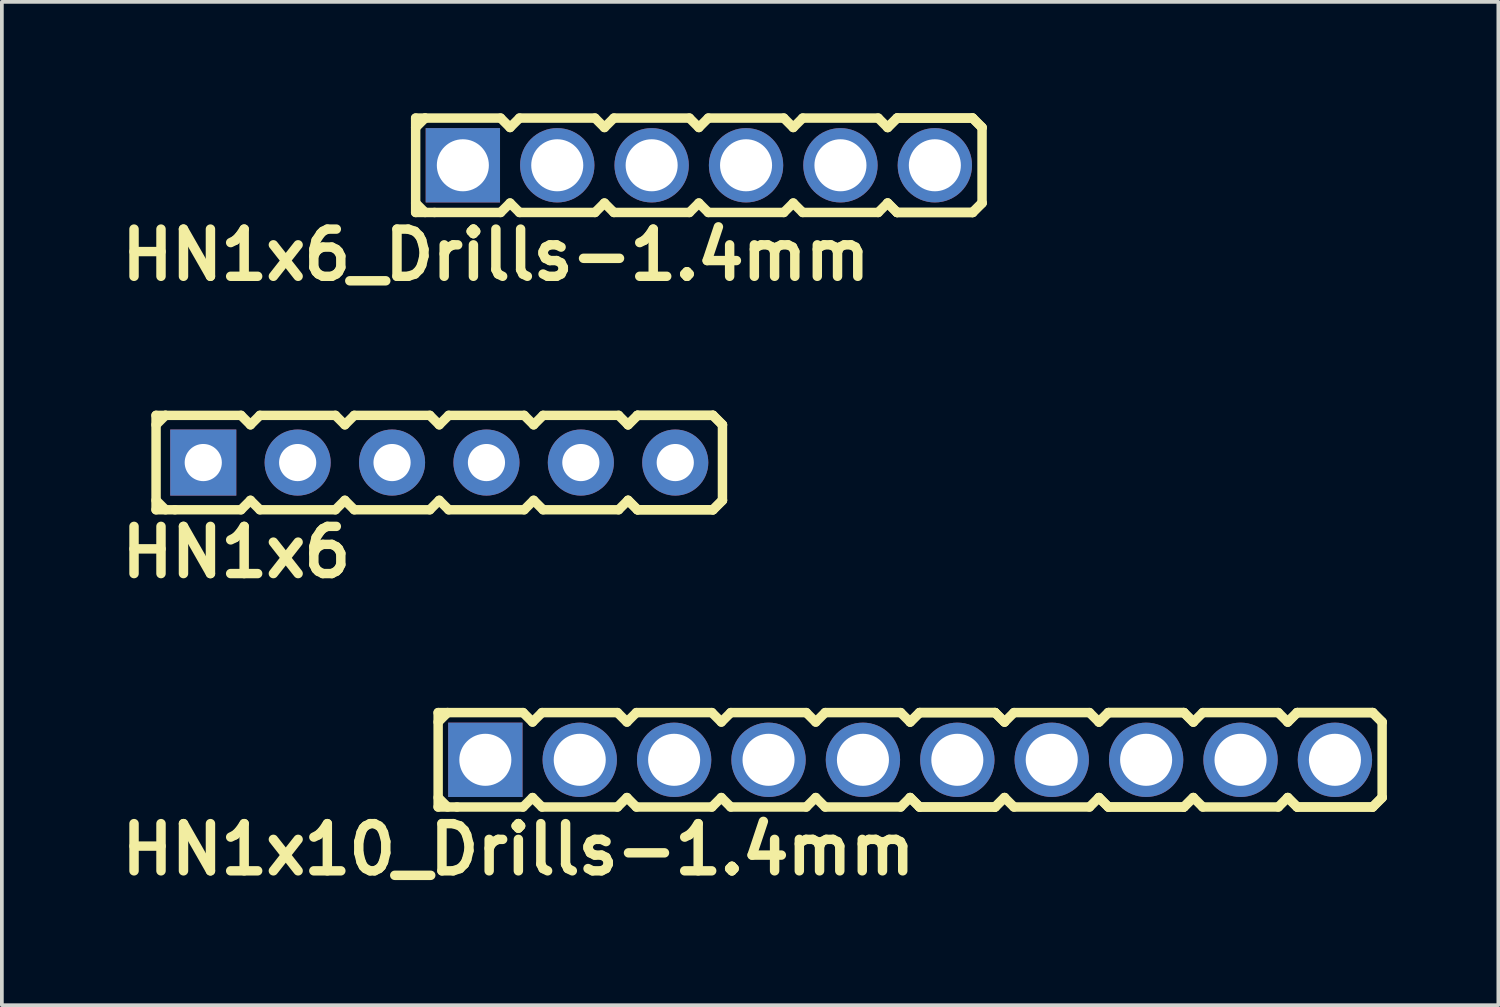
<source format=kicad_pcb>
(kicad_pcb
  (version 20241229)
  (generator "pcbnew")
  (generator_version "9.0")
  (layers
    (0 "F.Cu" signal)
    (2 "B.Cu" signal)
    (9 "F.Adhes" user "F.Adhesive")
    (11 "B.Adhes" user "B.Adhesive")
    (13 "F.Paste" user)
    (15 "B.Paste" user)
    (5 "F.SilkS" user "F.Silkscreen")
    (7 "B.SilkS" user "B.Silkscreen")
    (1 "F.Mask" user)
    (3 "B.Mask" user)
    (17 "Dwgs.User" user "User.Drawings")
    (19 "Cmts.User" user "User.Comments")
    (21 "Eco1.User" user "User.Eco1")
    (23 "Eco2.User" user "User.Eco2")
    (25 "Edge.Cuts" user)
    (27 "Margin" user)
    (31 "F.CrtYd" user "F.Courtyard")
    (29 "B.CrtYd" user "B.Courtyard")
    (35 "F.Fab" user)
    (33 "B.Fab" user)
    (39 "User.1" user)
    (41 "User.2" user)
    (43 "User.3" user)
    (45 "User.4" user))
  (footprint "HN1x6"
    (layer "F.Cu")
    (at 8.769 9.396)
    (property "Reference" "HN1x6" (at -5.461 2.413 0) (layer "F.SilkS") (effects (font (size 1.27 1.27) (thickness 0.254))))
    (attr smd)
    (fp_line (start -7.62 -1.27) (end -7.62 1.27) (stroke (width 0.254) (type solid)) (layer "F.SilkS"))
    (fp_line (start -7.62 -1.27) (end -7.366 -1.27) (stroke (width 0.254) (type solid)) (layer "F.SilkS"))
    (fp_line (start -7.62 -1.016) (end -7.366 -1.27) (stroke (width 0.254) (type solid)) (layer "F.SilkS"))
    (fp_line (start -7.366 -1.27) (end -5.334 -1.27) (stroke (width 0.254) (type solid)) (layer "F.SilkS"))
    (fp_line (start -7.366 1.27) (end -7.62 1.016) (stroke (width 0.254) (type solid)) (layer "F.SilkS"))
    (fp_line (start -7.112 1.27) (end -7.62 1.27) (stroke (width 0.254) (type solid)) (layer "F.SilkS"))
    (fp_line (start -5.334 -1.27) (end -5.08 -1.016) (stroke (width 0.254) (type solid)) (layer "F.SilkS"))
    (fp_line (start -5.334 1.27) (end -7.112 1.27) (stroke (width 0.254) (type solid)) (layer "F.SilkS"))
    (fp_line (start -5.08 -1.016) (end -4.826 -1.27) (stroke (width 0.254) (type solid)) (layer "F.SilkS"))
    (fp_line (start -5.08 1.016) (end -5.334 1.27) (stroke (width 0.254) (type solid)) (layer "F.SilkS"))
    (fp_line (start -4.826 -1.27) (end -2.794 -1.27) (stroke (width 0.254) (type solid)) (layer "F.SilkS"))
    (fp_line (start -4.826 1.27) (end -5.08 1.016) (stroke (width 0.254) (type solid)) (layer "F.SilkS"))
    (fp_line (start -2.794 -1.27) (end -2.54 -1.016) (stroke (width 0.254) (type solid)) (layer "F.SilkS"))
    (fp_line (start -2.794 1.27) (end -4.826 1.27) (stroke (width 0.254) (type solid)) (layer "F.SilkS"))
    (fp_line (start -2.794 1.27) (end -2.54 1.016) (stroke (width 0.254) (type solid)) (layer "F.SilkS"))
    (fp_line (start -2.54 -1.016) (end -2.286 -1.27) (stroke (width 0.254) (type solid)) (layer "F.SilkS"))
    (fp_line (start -2.54 1.016) (end -2.286 1.27) (stroke (width 0.254) (type solid)) (layer "F.SilkS"))
    (fp_line (start -2.286 -1.27) (end -0.254 -1.27) (stroke (width 0.254) (type solid)) (layer "F.SilkS"))
    (fp_line (start -0.254 -1.27) (end 0 -1.016) (stroke (width 0.254) (type solid)) (layer "F.SilkS"))
    (fp_line (start -0.254 1.27) (end -2.286 1.27) (stroke (width 0.254) (type solid)) (layer "F.SilkS"))
    (fp_line (start 0 -1.016) (end 0.254 -1.27) (stroke (width 0.254) (type solid)) (layer "F.SilkS"))
    (fp_line (start 0 1.016) (end -0.254 1.27) (stroke (width 0.254) (type solid)) (layer "F.SilkS"))
    (fp_line (start 0.254 -1.27) (end 2.286 -1.27) (stroke (width 0.254) (type solid)) (layer "F.SilkS"))
    (fp_line (start 0.254 1.27) (end 0 1.016) (stroke (width 0.254) (type solid)) (layer "F.SilkS"))
    (fp_line (start 2.286 -1.27) (end 2.54 -1.016) (stroke (width 0.254) (type solid)) (layer "F.SilkS"))
    (fp_line (start 2.286 1.27) (end 0.254 1.27) (stroke (width 0.254) (type solid)) (layer "F.SilkS"))
    (fp_line (start 2.54 -1.016) (end 2.794 -1.27) (stroke (width 0.254) (type solid)) (layer "F.SilkS"))
    (fp_line (start 2.54 1.016) (end 2.286 1.27) (stroke (width 0.254) (type solid)) (layer "F.SilkS"))
    (fp_line (start 2.794 -1.27) (end 4.826 -1.27) (stroke (width 0.254) (type solid)) (layer "F.SilkS"))
    (fp_line (start 2.794 1.27) (end 2.54 1.016) (stroke (width 0.254) (type solid)) (layer "F.SilkS"))
    (fp_line (start 4.826 -1.27) (end 5.08 -1.016) (stroke (width 0.254) (type solid)) (layer "F.SilkS"))
    (fp_line (start 4.826 1.27) (end 2.794 1.27) (stroke (width 0.254) (type solid)) (layer "F.SilkS"))
    (fp_line (start 5.08 -1.016) (end 5.334 -1.27) (stroke (width 0.254) (type solid)) (layer "F.SilkS"))
    (fp_line (start 5.08 -1.016) (end 5.334 -1.27) (stroke (width 0.254) (type solid)) (layer "F.SilkS"))
    (fp_line (start 5.08 1.016) (end 4.826 1.27) (stroke (width 0.254) (type solid)) (layer "F.SilkS"))
    (fp_line (start 5.334 -1.27) (end 7.366 -1.27) (stroke (width 0.254) (type solid)) (layer "F.SilkS"))
    (fp_line (start 5.334 -1.27) (end 7.366 -1.27) (stroke (width 0.254) (type solid)) (layer "F.SilkS"))
    (fp_line (start 5.334 1.27) (end 5.08 1.016) (stroke (width 0.254) (type solid)) (layer "F.SilkS"))
    (fp_line (start 5.334 1.27) (end 5.08 1.016) (stroke (width 0.254) (type solid)) (layer "F.SilkS"))
    (fp_line (start 7.366 -1.27) (end 7.62 -1.016) (stroke (width 0.254) (type solid)) (layer "F.SilkS"))
    (fp_line (start 7.366 -1.27) (end 7.62 -1.016) (stroke (width 0.254) (type solid)) (layer "F.SilkS"))
    (fp_line (start 7.366 1.27) (end 5.334 1.27) (stroke (width 0.254) (type solid)) (layer "F.SilkS"))
    (fp_line (start 7.366 1.27) (end 5.334 1.27) (stroke (width 0.254) (type solid)) (layer "F.SilkS"))
    (fp_line (start 7.62 -1.016) (end 7.62 1.016) (stroke (width 0.254) (type solid)) (layer "F.SilkS"))
    (fp_line (start 7.62 1.016) (end 7.366 1.27) (stroke (width 0.254) (type solid)) (layer "F.SilkS"))
    (fp_line (start 7.62 1.016) (end 7.366 1.27) (stroke (width 0.254) (type solid)) (layer "F.SilkS"))
    (pad "1" thru_hole rect (at -6.35 0) (size 1.778 1.778) (drill 1) (layers "*.Cu" "*.Mask"))
    (pad "2" thru_hole circle (at -3.81 0) (size 1.778 1.778) (drill 1) (layers "*.Cu" "*.Mask"))
    (pad "3" thru_hole circle (at -1.27 0) (size 1.778 1.778) (drill 1) (layers "*.Cu" "*.Mask"))
    (pad "4" thru_hole circle (at 1.27 0) (size 1.778 1.778) (drill 1) (layers "*.Cu" "*.Mask"))
    (pad "5" thru_hole circle (at 3.81 0) (size 1.778 1.778) (drill 1) (layers "*.Cu" "*.Mask"))
    (pad "6" thru_hole circle (at 6.35 0) (size 1.778 1.778) (drill 1) (layers "*.Cu" "*.Mask")))
  (footprint "HN1x6_Drills-1.4mm"
    (layer "F.Cu")
    (at 15.754 1.397)
    (property "Reference" "HN1x6_Drills-1.4mm" (at -5.461 2.413 0) (layer "F.SilkS") (effects (font (size 1.27 1.27) (thickness 0.254))))
    (attr smd)
    (fp_line (start -7.62 -1.27) (end -7.62 1.27) (stroke (width 0.254) (type solid)) (layer "F.SilkS"))
    (fp_line (start -7.62 -1.27) (end -7.366 -1.27) (stroke (width 0.254) (type solid)) (layer "F.SilkS"))
    (fp_line (start -7.62 -1.016) (end -7.366 -1.27) (stroke (width 0.254) (type solid)) (layer "F.SilkS"))
    (fp_line (start -7.366 -1.27) (end -5.334 -1.27) (stroke (width 0.254) (type solid)) (layer "F.SilkS"))
    (fp_line (start -7.366 1.27) (end -7.62 1.016) (stroke (width 0.254) (type solid)) (layer "F.SilkS"))
    (fp_line (start -7.112 1.27) (end -7.62 1.27) (stroke (width 0.254) (type solid)) (layer "F.SilkS"))
    (fp_line (start -5.334 -1.27) (end -5.08 -1.016) (stroke (width 0.254) (type solid)) (layer "F.SilkS"))
    (fp_line (start -5.334 1.27) (end -7.112 1.27) (stroke (width 0.254) (type solid)) (layer "F.SilkS"))
    (fp_line (start -5.08 -1.016) (end -4.826 -1.27) (stroke (width 0.254) (type solid)) (layer "F.SilkS"))
    (fp_line (start -5.08 1.016) (end -5.334 1.27) (stroke (width 0.254) (type solid)) (layer "F.SilkS"))
    (fp_line (start -4.826 -1.27) (end -2.794 -1.27) (stroke (width 0.254) (type solid)) (layer "F.SilkS"))
    (fp_line (start -4.826 1.27) (end -5.08 1.016) (stroke (width 0.254) (type solid)) (layer "F.SilkS"))
    (fp_line (start -2.794 -1.27) (end -2.54 -1.016) (stroke (width 0.254) (type solid)) (layer "F.SilkS"))
    (fp_line (start -2.794 1.27) (end -4.826 1.27) (stroke (width 0.254) (type solid)) (layer "F.SilkS"))
    (fp_line (start -2.794 1.27) (end -2.54 1.016) (stroke (width 0.254) (type solid)) (layer "F.SilkS"))
    (fp_line (start -2.54 -1.016) (end -2.286 -1.27) (stroke (width 0.254) (type solid)) (layer "F.SilkS"))
    (fp_line (start -2.54 1.016) (end -2.286 1.27) (stroke (width 0.254) (type solid)) (layer "F.SilkS"))
    (fp_line (start -2.286 -1.27) (end -0.254 -1.27) (stroke (width 0.254) (type solid)) (layer "F.SilkS"))
    (fp_line (start -0.254 -1.27) (end 0 -1.016) (stroke (width 0.254) (type solid)) (layer "F.SilkS"))
    (fp_line (start -0.254 1.27) (end -2.286 1.27) (stroke (width 0.254) (type solid)) (layer "F.SilkS"))
    (fp_line (start 0 -1.016) (end 0.254 -1.27) (stroke (width 0.254) (type solid)) (layer "F.SilkS"))
    (fp_line (start 0 1.016) (end -0.254 1.27) (stroke (width 0.254) (type solid)) (layer "F.SilkS"))
    (fp_line (start 0.254 -1.27) (end 2.286 -1.27) (stroke (width 0.254) (type solid)) (layer "F.SilkS"))
    (fp_line (start 0.254 1.27) (end 0 1.016) (stroke (width 0.254) (type solid)) (layer "F.SilkS"))
    (fp_line (start 2.286 -1.27) (end 2.54 -1.016) (stroke (width 0.254) (type solid)) (layer "F.SilkS"))
    (fp_line (start 2.286 1.27) (end 0.254 1.27) (stroke (width 0.254) (type solid)) (layer "F.SilkS"))
    (fp_line (start 2.54 -1.016) (end 2.794 -1.27) (stroke (width 0.254) (type solid)) (layer "F.SilkS"))
    (fp_line (start 2.54 1.016) (end 2.286 1.27) (stroke (width 0.254) (type solid)) (layer "F.SilkS"))
    (fp_line (start 2.794 -1.27) (end 4.826 -1.27) (stroke (width 0.254) (type solid)) (layer "F.SilkS"))
    (fp_line (start 2.794 1.27) (end 2.54 1.016) (stroke (width 0.254) (type solid)) (layer "F.SilkS"))
    (fp_line (start 4.826 -1.27) (end 5.08 -1.016) (stroke (width 0.254) (type solid)) (layer "F.SilkS"))
    (fp_line (start 4.826 1.27) (end 2.794 1.27) (stroke (width 0.254) (type solid)) (layer "F.SilkS"))
    (fp_line (start 5.08 -1.016) (end 5.334 -1.27) (stroke (width 0.254) (type solid)) (layer "F.SilkS"))
    (fp_line (start 5.08 -1.016) (end 5.334 -1.27) (stroke (width 0.254) (type solid)) (layer "F.SilkS"))
    (fp_line (start 5.08 1.016) (end 4.826 1.27) (stroke (width 0.254) (type solid)) (layer "F.SilkS"))
    (fp_line (start 5.334 -1.27) (end 7.366 -1.27) (stroke (width 0.254) (type solid)) (layer "F.SilkS"))
    (fp_line (start 5.334 -1.27) (end 7.366 -1.27) (stroke (width 0.254) (type solid)) (layer "F.SilkS"))
    (fp_line (start 5.334 1.27) (end 5.08 1.016) (stroke (width 0.254) (type solid)) (layer "F.SilkS"))
    (fp_line (start 5.334 1.27) (end 5.08 1.016) (stroke (width 0.254) (type solid)) (layer "F.SilkS"))
    (fp_line (start 7.366 -1.27) (end 7.62 -1.016) (stroke (width 0.254) (type solid)) (layer "F.SilkS"))
    (fp_line (start 7.366 -1.27) (end 7.62 -1.016) (stroke (width 0.254) (type solid)) (layer "F.SilkS"))
    (fp_line (start 7.366 1.27) (end 5.334 1.27) (stroke (width 0.254) (type solid)) (layer "F.SilkS"))
    (fp_line (start 7.366 1.27) (end 5.334 1.27) (stroke (width 0.254) (type solid)) (layer "F.SilkS"))
    (fp_line (start 7.62 -1.016) (end 7.62 1.016) (stroke (width 0.254) (type solid)) (layer "F.SilkS"))
    (fp_line (start 7.62 1.016) (end 7.366 1.27) (stroke (width 0.254) (type solid)) (layer "F.SilkS"))
    (fp_line (start 7.62 1.016) (end 7.366 1.27) (stroke (width 0.254) (type solid)) (layer "F.SilkS"))
    (pad "1" thru_hole rect (at -6.35 0) (size 2 2) (drill 1.4) (layers "*.Cu" "*.Mask"))
    (pad "2" thru_hole circle (at -3.81 0) (size 2 2) (drill 1.4) (layers "*.Cu" "*.Mask"))
    (pad "3" thru_hole circle (at -1.27 0) (size 2 2) (drill 1.4) (layers "*.Cu" "*.Mask"))
    (pad "4" thru_hole circle (at 1.27 0) (size 2 2) (drill 1.4) (layers "*.Cu" "*.Mask"))
    (pad "5" thru_hole circle (at 3.81 0) (size 2 2) (drill 1.4) (layers "*.Cu" "*.Mask"))
    (pad "6" thru_hole circle (at 6.35 0) (size 2 2) (drill 1.4) (layers "*.Cu" "*.Mask")))
  (footprint "HN1x10_Drills-1.4mm"
    (layer "F.Cu")
    (at 21.439 17.394)
    (property "Reference" "HN1x10_Drills-1.4mm" (at -10.541 2.413 0) (layer "F.SilkS") (effects (font (size 1.27 1.27) (thickness 0.254))))
    (attr smd)
    (fp_line (start -12.7 -1.27) (end -12.7 1.27) (stroke (width 0.254) (type solid)) (layer "F.SilkS"))
    (fp_line (start -12.7 -1.27) (end -12.446 -1.27) (stroke (width 0.254) (type solid)) (layer "F.SilkS"))
    (fp_line (start -12.7 -1.016) (end -12.446 -1.27) (stroke (width 0.254) (type solid)) (layer "F.SilkS"))
    (fp_line (start -12.446 -1.27) (end -10.414 -1.27) (stroke (width 0.254) (type solid)) (layer "F.SilkS"))
    (fp_line (start -12.446 1.27) (end -12.7 1.016) (stroke (width 0.254) (type solid)) (layer "F.SilkS"))
    (fp_line (start -12.192 1.27) (end -12.7 1.27) (stroke (width 0.254) (type solid)) (layer "F.SilkS"))
    (fp_line (start -10.414 -1.27) (end -10.16 -1.016) (stroke (width 0.254) (type solid)) (layer "F.SilkS"))
    (fp_line (start -10.414 1.27) (end -12.192 1.27) (stroke (width 0.254) (type solid)) (layer "F.SilkS"))
    (fp_line (start -10.16 -1.016) (end -9.906 -1.27) (stroke (width 0.254) (type solid)) (layer "F.SilkS"))
    (fp_line (start -10.16 1.016) (end -10.414 1.27) (stroke (width 0.254) (type solid)) (layer "F.SilkS"))
    (fp_line (start -9.906 -1.27) (end -7.874 -1.27) (stroke (width 0.254) (type solid)) (layer "F.SilkS"))
    (fp_line (start -9.906 1.27) (end -10.16 1.016) (stroke (width 0.254) (type solid)) (layer "F.SilkS"))
    (fp_line (start -7.874 -1.27) (end -7.62 -1.016) (stroke (width 0.254) (type solid)) (layer "F.SilkS"))
    (fp_line (start -7.874 1.27) (end -9.906 1.27) (stroke (width 0.254) (type solid)) (layer "F.SilkS"))
    (fp_line (start -7.874 1.27) (end -7.62 1.016) (stroke (width 0.254) (type solid)) (layer "F.SilkS"))
    (fp_line (start -7.62 -1.016) (end -7.366 -1.27) (stroke (width 0.254) (type solid)) (layer "F.SilkS"))
    (fp_line (start -7.62 1.016) (end -7.366 1.27) (stroke (width 0.254) (type solid)) (layer "F.SilkS"))
    (fp_line (start -7.366 -1.27) (end -5.334 -1.27) (stroke (width 0.254) (type solid)) (layer "F.SilkS"))
    (fp_line (start -5.334 -1.27) (end -5.08 -1.016) (stroke (width 0.254) (type solid)) (layer "F.SilkS"))
    (fp_line (start -5.334 1.27) (end -7.366 1.27) (stroke (width 0.254) (type solid)) (layer "F.SilkS"))
    (fp_line (start -5.08 -1.016) (end -4.826 -1.27) (stroke (width 0.254) (type solid)) (layer "F.SilkS"))
    (fp_line (start -5.08 1.016) (end -5.334 1.27) (stroke (width 0.254) (type solid)) (layer "F.SilkS"))
    (fp_line (start -4.826 -1.27) (end -2.794 -1.27) (stroke (width 0.254) (type solid)) (layer "F.SilkS"))
    (fp_line (start -4.826 1.27) (end -5.08 1.016) (stroke (width 0.254) (type solid)) (layer "F.SilkS"))
    (fp_line (start -2.794 -1.27) (end -2.54 -1.016) (stroke (width 0.254) (type solid)) (layer "F.SilkS"))
    (fp_line (start -2.794 1.27) (end -4.826 1.27) (stroke (width 0.254) (type solid)) (layer "F.SilkS"))
    (fp_line (start -2.54 -1.016) (end -2.286 -1.27) (stroke (width 0.254) (type solid)) (layer "F.SilkS"))
    (fp_line (start -2.54 1.016) (end -2.794 1.27) (stroke (width 0.254) (type solid)) (layer "F.SilkS"))
    (fp_line (start -2.286 -1.27) (end -0.254 -1.27) (stroke (width 0.254) (type solid)) (layer "F.SilkS"))
    (fp_line (start -2.286 1.27) (end -2.54 1.016) (stroke (width 0.254) (type solid)) (layer "F.SilkS"))
    (fp_line (start -0.254 -1.27) (end 0 -1.016) (stroke (width 0.254) (type solid)) (layer "F.SilkS"))
    (fp_line (start -0.254 1.27) (end -2.286 1.27) (stroke (width 0.254) (type solid)) (layer "F.SilkS"))
    (fp_line (start 0 -1.016) (end 0.254 -1.27) (stroke (width 0.254) (type solid)) (layer "F.SilkS"))
    (fp_line (start 0 -1.016) (end 0.254 -1.27) (stroke (width 0.254) (type solid)) (layer "F.SilkS"))
    (fp_line (start 0 1.016) (end -0.254 1.27) (stroke (width 0.254) (type solid)) (layer "F.SilkS"))
    (fp_line (start 0.254 -1.27) (end 2.286 -1.27) (stroke (width 0.254) (type solid)) (layer "F.SilkS"))
    (fp_line (start 0.254 -1.27) (end 2.286 -1.27) (stroke (width 0.254) (type solid)) (layer "F.SilkS"))
    (fp_line (start 0.254 1.27) (end 0 1.016) (stroke (width 0.254) (type solid)) (layer "F.SilkS"))
    (fp_line (start 0.254 1.27) (end 0 1.016) (stroke (width 0.254) (type solid)) (layer "F.SilkS"))
    (fp_line (start 2.286 -1.27) (end 2.54 -1.016) (stroke (width 0.254) (type solid)) (layer "F.SilkS"))
    (fp_line (start 2.286 -1.27) (end 2.54 -1.016) (stroke (width 0.254) (type solid)) (layer "F.SilkS"))
    (fp_line (start 2.286 1.27) (end 0.254 1.27) (stroke (width 0.254) (type solid)) (layer "F.SilkS"))
    (fp_line (start 2.286 1.27) (end 0.254 1.27) (stroke (width 0.254) (type solid)) (layer "F.SilkS"))
    (fp_line (start 2.54 -1.016) (end 2.794 -1.27) (stroke (width 0.254) (type solid)) (layer "F.SilkS"))
    (fp_line (start 2.54 1.016) (end 2.286 1.27) (stroke (width 0.254) (type solid)) (layer "F.SilkS"))
    (fp_line (start 2.54 1.016) (end 2.286 1.27) (stroke (width 0.254) (type solid)) (layer "F.SilkS"))
    (fp_line (start 2.794 -1.27) (end 4.826 -1.27) (stroke (width 0.254) (type solid)) (layer "F.SilkS"))
    (fp_line (start 2.794 1.27) (end 2.54 1.016) (stroke (width 0.254) (type solid)) (layer "F.SilkS"))
    (fp_line (start 4.826 -1.27) (end 5.08 -1.016) (stroke (width 0.254) (type solid)) (layer "F.SilkS"))
    (fp_line (start 4.826 1.27) (end 2.794 1.27) (stroke (width 0.254) (type solid)) (layer "F.SilkS"))
    (fp_line (start 5.08 -1.016) (end 5.334 -1.27) (stroke (width 0.254) (type solid)) (layer "F.SilkS"))
    (fp_line (start 5.08 -1.016) (end 5.334 -1.27) (stroke (width 0.254) (type solid)) (layer "F.SilkS"))
    (fp_line (start 5.08 1.016) (end 4.826 1.27) (stroke (width 0.254) (type solid)) (layer "F.SilkS"))
    (fp_line (start 5.334 -1.27) (end 7.366 -1.27) (stroke (width 0.254) (type solid)) (layer "F.SilkS"))
    (fp_line (start 5.334 -1.27) (end 7.366 -1.27) (stroke (width 0.254) (type solid)) (layer "F.SilkS"))
    (fp_line (start 5.334 1.27) (end 5.08 1.016) (stroke (width 0.254) (type solid)) (layer "F.SilkS"))
    (fp_line (start 5.334 1.27) (end 5.08 1.016) (stroke (width 0.254) (type solid)) (layer "F.SilkS"))
    (fp_line (start 7.366 -1.27) (end 7.62 -1.016) (stroke (width 0.254) (type solid)) (layer "F.SilkS"))
    (fp_line (start 7.366 -1.27) (end 7.62 -1.016) (stroke (width 0.254) (type solid)) (layer "F.SilkS"))
    (fp_line (start 7.366 1.27) (end 5.334 1.27) (stroke (width 0.254) (type solid)) (layer "F.SilkS"))
    (fp_line (start 7.366 1.27) (end 5.334 1.27) (stroke (width 0.254) (type solid)) (layer "F.SilkS"))
    (fp_line (start 7.62 -1.016) (end 7.874 -1.27) (stroke (width 0.254) (type solid)) (layer "F.SilkS"))
    (fp_line (start 7.62 1.016) (end 7.366 1.27) (stroke (width 0.254) (type solid)) (layer "F.SilkS"))
    (fp_line (start 7.62 1.016) (end 7.366 1.27) (stroke (width 0.254) (type solid)) (layer "F.SilkS"))
    (fp_line (start 7.874 -1.27) (end 9.906 -1.27) (stroke (width 0.254) (type solid)) (layer "F.SilkS"))
    (fp_line (start 7.874 1.27) (end 7.62 1.016) (stroke (width 0.254) (type solid)) (layer "F.SilkS"))
    (fp_line (start 9.906 -1.27) (end 10.16 -1.016) (stroke (width 0.254) (type solid)) (layer "F.SilkS"))
    (fp_line (start 9.906 1.27) (end 7.874 1.27) (stroke (width 0.254) (type solid)) (layer "F.SilkS"))
    (fp_line (start 10.16 -1.016) (end 10.414 -1.27) (stroke (width 0.254) (type solid)) (layer "F.SilkS"))
    (fp_line (start 10.16 -1.016) (end 10.414 -1.27) (stroke (width 0.254) (type solid)) (layer "F.SilkS"))
    (fp_line (start 10.16 1.016) (end 9.906 1.27) (stroke (width 0.254) (type solid)) (layer "F.SilkS"))
    (fp_line (start 10.414 -1.27) (end 12.446 -1.27) (stroke (width 0.254) (type solid)) (layer "F.SilkS"))
    (fp_line (start 10.414 -1.27) (end 12.446 -1.27) (stroke (width 0.254) (type solid)) (layer "F.SilkS"))
    (fp_line (start 10.414 1.27) (end 10.16 1.016) (stroke (width 0.254) (type solid)) (layer "F.SilkS"))
    (fp_line (start 10.414 1.27) (end 10.16 1.016) (stroke (width 0.254) (type solid)) (layer "F.SilkS"))
    (fp_line (start 12.446 -1.27) (end 12.7 -1.016) (stroke (width 0.254) (type solid)) (layer "F.SilkS"))
    (fp_line (start 12.446 -1.27) (end 12.7 -1.016) (stroke (width 0.254) (type solid)) (layer "F.SilkS"))
    (fp_line (start 12.446 1.27) (end 10.414 1.27) (stroke (width 0.254) (type solid)) (layer "F.SilkS"))
    (fp_line (start 12.446 1.27) (end 10.414 1.27) (stroke (width 0.254) (type solid)) (layer "F.SilkS"))
    (fp_line (start 12.7 -1.016) (end 12.7 1.016) (stroke (width 0.254) (type solid)) (layer "F.SilkS"))
    (fp_line (start 12.7 1.016) (end 12.446 1.27) (stroke (width 0.254) (type solid)) (layer "F.SilkS"))
    (fp_line (start 12.7 1.016) (end 12.446 1.27) (stroke (width 0.254) (type solid)) (layer "F.SilkS"))
    (pad "1" thru_hole rect (at -11.43 0) (size 2 2) (drill 1.4) (layers "*.Cu" "*.Mask"))
    (pad "2" thru_hole circle (at -8.89 0) (size 2 2) (drill 1.4) (layers "*.Cu" "*.Mask"))
    (pad "3" thru_hole circle (at -6.35 0) (size 2 2) (drill 1.4) (layers "*.Cu" "*.Mask"))
    (pad "4" thru_hole circle (at -3.81 0) (size 2 2) (drill 1.4) (layers "*.Cu" "*.Mask"))
    (pad "5" thru_hole circle (at -1.27 0) (size 2 2) (drill 1.4) (layers "*.Cu" "*.Mask"))
    (pad "6" thru_hole circle (at 1.27 0) (size 2 2) (drill 1.4) (layers "*.Cu" "*.Mask"))
    (pad "7" thru_hole circle (at 3.81 0) (size 2 2) (drill 1.4) (layers "*.Cu" "*.Mask"))
    (pad "8" thru_hole circle (at 6.35 0) (size 2 2) (drill 1.4) (layers "*.Cu" "*.Mask"))
    (pad "9" thru_hole circle (at 8.89 0) (size 2 2) (drill 1.4) (layers "*.Cu" "*.Mask"))
    (pad "10" thru_hole circle (at 11.43 0) (size 2 2) (drill 1.4) (layers "*.Cu" "*.Mask")))
  (gr_rect
    (start -3 -3)
    (end 37.266 23.996)
    (stroke (width 0.1) (type default))
    (fill no)
    (layer "Edge.Cuts")))
</source>
